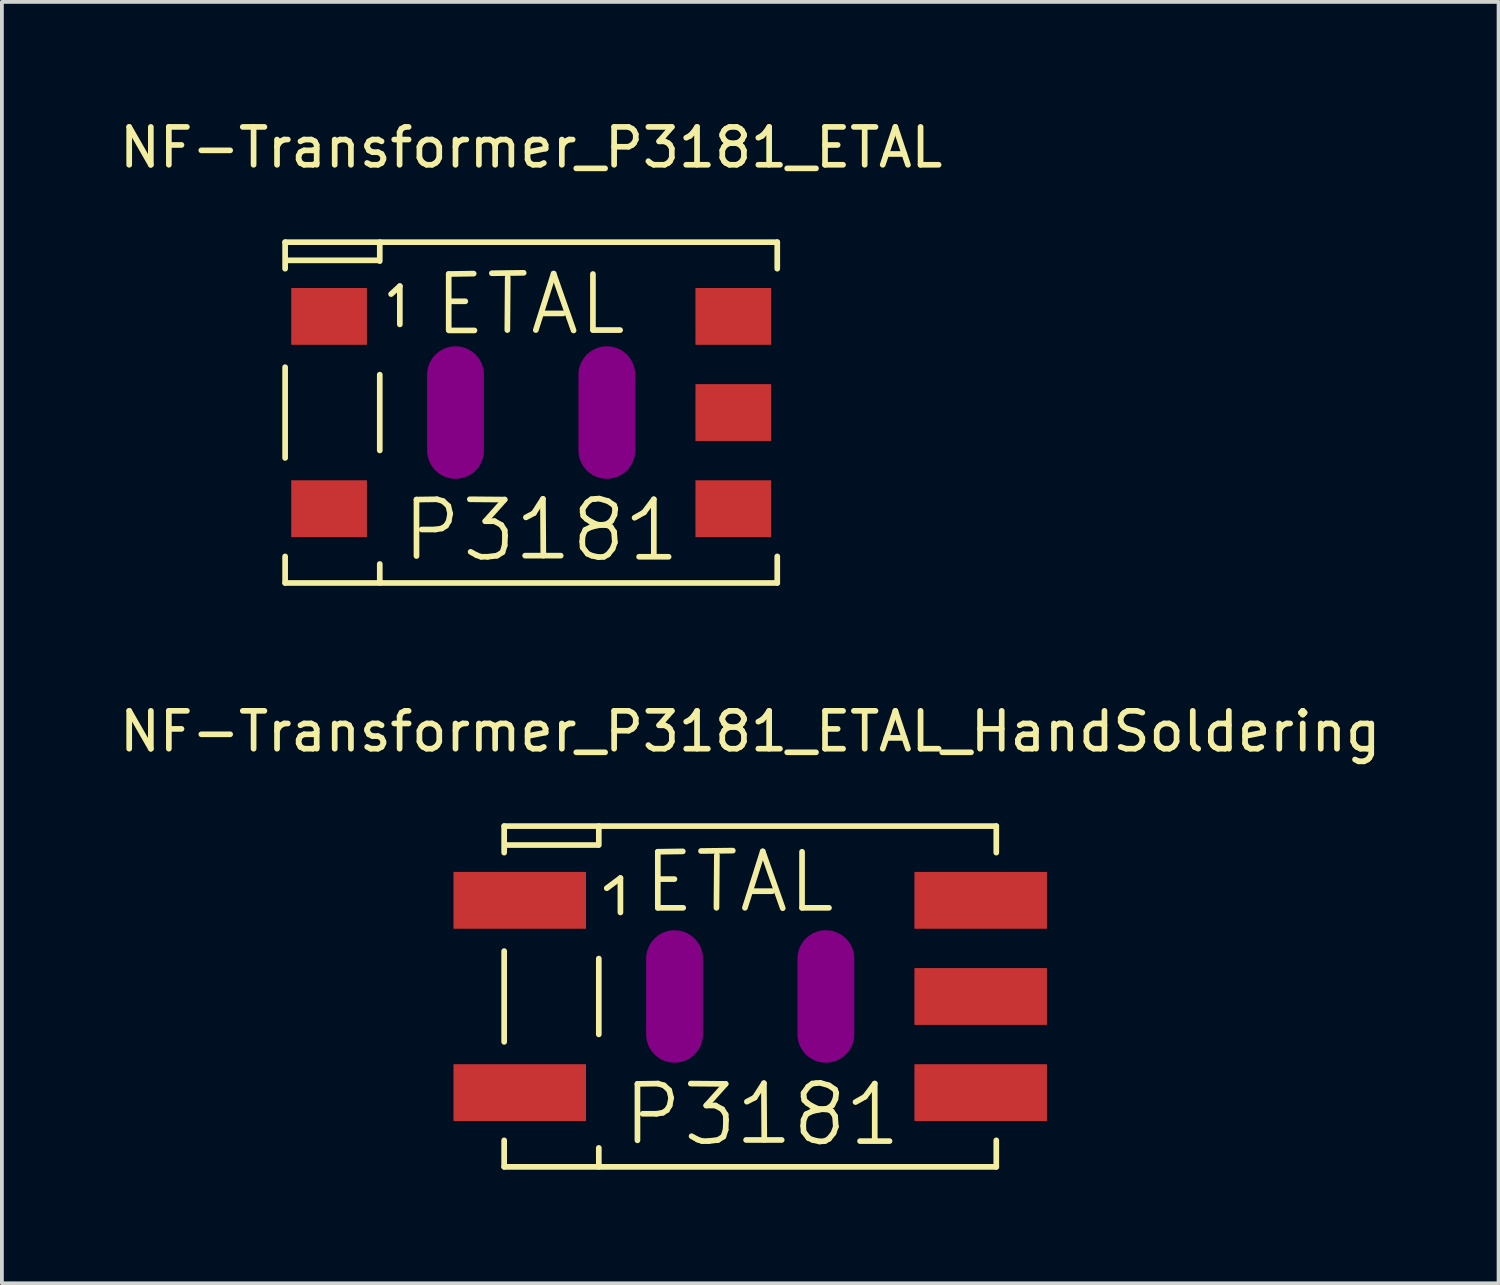
<source format=kicad_pcb>
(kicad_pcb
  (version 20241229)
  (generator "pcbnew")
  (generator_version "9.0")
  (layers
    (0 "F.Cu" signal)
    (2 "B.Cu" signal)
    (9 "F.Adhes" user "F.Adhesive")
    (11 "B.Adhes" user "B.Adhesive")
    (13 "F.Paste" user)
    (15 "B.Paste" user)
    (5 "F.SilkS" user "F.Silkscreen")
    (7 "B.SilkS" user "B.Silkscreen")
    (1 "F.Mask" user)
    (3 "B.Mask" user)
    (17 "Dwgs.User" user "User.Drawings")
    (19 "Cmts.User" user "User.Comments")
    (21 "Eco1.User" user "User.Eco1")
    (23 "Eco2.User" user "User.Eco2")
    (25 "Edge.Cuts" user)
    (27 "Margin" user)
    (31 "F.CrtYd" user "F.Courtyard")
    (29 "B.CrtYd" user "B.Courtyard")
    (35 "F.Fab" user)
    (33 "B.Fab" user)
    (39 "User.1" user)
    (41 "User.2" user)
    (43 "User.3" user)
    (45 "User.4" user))
  (footprint "NF-Transformer_P3181_ETAL_HandSoldering"
    (layer "F.Cu")
    (at 16.768 23.273)
    (property "Reference" "NF-Transformer_P3181_ETAL_HandSoldering" (at 0 -7 0) (layer "F.SilkS") (effects (font (size 1 1) (thickness 0.15))))
    (attr smd)
    (fp_line (start -6.5 -4.501) (end -6.5 -3.8) (stroke (width 0.15) (type solid)) (layer "F.SilkS"))
    (fp_line (start -6.5 -1.199) (end -6.5 1.199) (stroke (width 0.15) (type solid)) (layer "F.SilkS"))
    (fp_line (start -6.5 3.8) (end -6.5 4.501) (stroke (width 0.15) (type solid)) (layer "F.SilkS"))
    (fp_line (start -6.5 4.501) (end 6.5 4.501) (stroke (width 0.15) (type solid)) (layer "F.SilkS"))
    (fp_line (start -4.021 -4) (end -6.421 -4) (stroke (width 0.15) (type solid)) (layer "F.SilkS"))
    (fp_line (start -4 -4.501) (end -4 -4) (stroke (width 0.15) (type solid)) (layer "F.SilkS"))
    (fp_line (start -4 -1.001) (end -4 1.001) (stroke (width 0.15) (type solid)) (layer "F.SilkS"))
    (fp_line (start -4 4.501) (end -4 4) (stroke (width 0.15) (type solid)) (layer "F.SilkS"))
    (fp_line (start -3.79 -2.86) (end -3.429 -3.129) (stroke (width 0.15) (type solid)) (layer "F.SilkS"))
    (fp_line (start -3.429 -3.129) (end -3.429 -2.22) (stroke (width 0.15) (type solid)) (layer "F.SilkS"))
    (fp_line (start -2.979 2.309) (end -2.438 2.301) (stroke (width 0.15) (type solid)) (layer "F.SilkS"))
    (fp_line (start -2.979 3.8) (end -2.979 2.309) (stroke (width 0.15) (type solid)) (layer "F.SilkS"))
    (fp_line (start -2.479 3.099) (end -2.84 3.099) (stroke (width 0.15) (type solid)) (layer "F.SilkS"))
    (fp_line (start -2.441 -3.823) (end -2.441 -2.342) (stroke (width 0.15) (type solid)) (layer "F.SilkS"))
    (fp_line (start -2.441 -2.342) (end -1.77 -2.342) (stroke (width 0.15) (type solid)) (layer "F.SilkS"))
    (fp_line (start -2.438 2.301) (end -2.278 2.349) (stroke (width 0.15) (type solid)) (layer "F.SilkS"))
    (fp_line (start -2.41 -3.101) (end -2.002 -3.101) (stroke (width 0.15) (type solid)) (layer "F.SilkS"))
    (fp_line (start -2.309 3.071) (end -2.479 3.099) (stroke (width 0.15) (type solid)) (layer "F.SilkS"))
    (fp_line (start -2.278 2.349) (end -2.139 2.479) (stroke (width 0.15) (type solid)) (layer "F.SilkS"))
    (fp_line (start -2.2 3) (end -2.309 3.071) (stroke (width 0.15) (type solid)) (layer "F.SilkS"))
    (fp_line (start -2.139 2.479) (end -2.09 2.68) (stroke (width 0.15) (type solid)) (layer "F.SilkS"))
    (fp_line (start -2.129 2.88) (end -2.2 3) (stroke (width 0.15) (type solid)) (layer "F.SilkS"))
    (fp_line (start -2.09 2.68) (end -2.129 2.88) (stroke (width 0.15) (type solid)) (layer "F.SilkS"))
    (fp_line (start -1.781 -3.833) (end -2.441 -3.823) (stroke (width 0.15) (type solid)) (layer "F.SilkS"))
    (fp_line (start -1.57 2.301) (end -0.65 2.309) (stroke (width 0.15) (type solid)) (layer "F.SilkS"))
    (fp_line (start -1.389 3.78) (end -1.549 3.691) (stroke (width 0.15) (type solid)) (layer "F.SilkS"))
    (fp_line (start -1.3 -3.843) (end -0.46 -3.853) (stroke (width 0.15) (type solid)) (layer "F.SilkS"))
    (fp_line (start -1.27 3.82) (end -1.389 3.78) (stroke (width 0.15) (type solid)) (layer "F.SilkS"))
    (fp_line (start -1.161 2.88) (end -0.919 2.88) (stroke (width 0.15) (type solid)) (layer "F.SilkS"))
    (fp_line (start -1.1 3.82) (end -1.27 3.82) (stroke (width 0.15) (type solid)) (layer "F.SilkS"))
    (fp_line (start -0.919 2.88) (end -0.739 2.979) (stroke (width 0.15) (type solid)) (layer "F.SilkS"))
    (fp_line (start -0.892 -2.342) (end -0.881 -3.731) (stroke (width 0.15) (type solid)) (layer "F.SilkS"))
    (fp_line (start -0.851 3.79) (end -1.1 3.82) (stroke (width 0.15) (type solid)) (layer "F.SilkS"))
    (fp_line (start -0.739 2.979) (end -0.65 3.119) (stroke (width 0.15) (type solid)) (layer "F.SilkS"))
    (fp_line (start -0.709 3.701) (end -0.851 3.79) (stroke (width 0.15) (type solid)) (layer "F.SilkS"))
    (fp_line (start -0.65 2.309) (end -1.161 2.88) (stroke (width 0.15) (type solid)) (layer "F.SilkS"))
    (fp_line (start -0.65 3.119) (end -0.64 3.259) (stroke (width 0.15) (type solid)) (layer "F.SilkS"))
    (fp_line (start -0.65 3.52) (end -0.709 3.701) (stroke (width 0.15) (type solid)) (layer "F.SilkS"))
    (fp_line (start -0.64 3.259) (end -0.65 3.52) (stroke (width 0.15) (type solid)) (layer "F.SilkS"))
    (fp_line (start -0.14 -2.342) (end 0.33 -3.833) (stroke (width 0.15) (type solid)) (layer "F.SilkS"))
    (fp_line (start -0.109 3.79) (end 0.831 3.79) (stroke (width 0.15) (type solid)) (layer "F.SilkS"))
    (fp_line (start -0.089 2.779) (end 0.119 2.67) (stroke (width 0.15) (type solid)) (layer "F.SilkS"))
    (fp_line (start 0.038 -2.781) (end 0.579 -2.781) (stroke (width 0.15) (type solid)) (layer "F.SilkS"))
    (fp_line (start 0.119 2.67) (end 0.361 2.291) (stroke (width 0.15) (type solid)) (layer "F.SilkS"))
    (fp_line (start 0.33 -3.833) (end 0.859 -2.332) (stroke (width 0.15) (type solid)) (layer "F.SilkS"))
    (fp_line (start 0.361 2.291) (end 0.371 3.79) (stroke (width 0.15) (type solid)) (layer "F.SilkS"))
    (fp_line (start 1.369 -3.823) (end 1.369 -2.342) (stroke (width 0.15) (type solid)) (layer "F.SilkS"))
    (fp_line (start 1.369 -2.342) (end 2.08 -2.342) (stroke (width 0.15) (type solid)) (layer "F.SilkS"))
    (fp_line (start 1.4 3.419) (end 1.41 3.259) (stroke (width 0.15) (type solid)) (layer "F.SilkS"))
    (fp_line (start 1.41 2.55) (end 1.41 2.639) (stroke (width 0.15) (type solid)) (layer "F.SilkS"))
    (fp_line (start 1.41 2.639) (end 1.43 2.741) (stroke (width 0.15) (type solid)) (layer "F.SilkS"))
    (fp_line (start 1.41 3.259) (end 1.481 3.109) (stroke (width 0.15) (type solid)) (layer "F.SilkS"))
    (fp_line (start 1.41 3.571) (end 1.4 3.419) (stroke (width 0.15) (type solid)) (layer "F.SilkS"))
    (fp_line (start 1.43 2.741) (end 1.511 2.819) (stroke (width 0.15) (type solid)) (layer "F.SilkS"))
    (fp_line (start 1.481 3.109) (end 1.641 3.03) (stroke (width 0.15) (type solid)) (layer "F.SilkS"))
    (fp_line (start 1.511 2.819) (end 1.621 2.891) (stroke (width 0.15) (type solid)) (layer "F.SilkS"))
    (fp_line (start 1.532 2.38) (end 1.41 2.55) (stroke (width 0.15) (type solid)) (layer "F.SilkS"))
    (fp_line (start 1.539 3.739) (end 1.41 3.571) (stroke (width 0.15) (type solid)) (layer "F.SilkS"))
    (fp_line (start 1.621 2.891) (end 1.791 2.969) (stroke (width 0.15) (type solid)) (layer "F.SilkS"))
    (fp_line (start 1.641 2.301) (end 1.532 2.38) (stroke (width 0.15) (type solid)) (layer "F.SilkS"))
    (fp_line (start 1.641 3.03) (end 1.821 2.99) (stroke (width 0.15) (type solid)) (layer "F.SilkS"))
    (fp_line (start 1.651 3.79) (end 1.539 3.739) (stroke (width 0.15) (type solid)) (layer "F.SilkS"))
    (fp_line (start 1.74 2.291) (end 1.641 2.301) (stroke (width 0.15) (type solid)) (layer "F.SilkS"))
    (fp_line (start 1.791 2.969) (end 2.08 2.99) (stroke (width 0.15) (type solid)) (layer "F.SilkS"))
    (fp_line (start 1.821 2.99) (end 2.05 2.959) (stroke (width 0.15) (type solid)) (layer "F.SilkS"))
    (fp_line (start 1.831 3.83) (end 1.651 3.79) (stroke (width 0.15) (type solid)) (layer "F.SilkS"))
    (fp_line (start 1.849 2.281) (end 1.74 2.291) (stroke (width 0.15) (type solid)) (layer "F.SilkS"))
    (fp_line (start 1.971 3.82) (end 1.831 3.83) (stroke (width 0.15) (type solid)) (layer "F.SilkS"))
    (fp_line (start 2.05 2.959) (end 2.169 2.87) (stroke (width 0.15) (type solid)) (layer "F.SilkS"))
    (fp_line (start 2.08 2.349) (end 1.88 2.291) (stroke (width 0.15) (type solid)) (layer "F.SilkS"))
    (fp_line (start 2.08 2.99) (end 2.151 3.03) (stroke (width 0.15) (type solid)) (layer "F.SilkS"))
    (fp_line (start 2.08 3.759) (end 1.971 3.82) (stroke (width 0.15) (type solid)) (layer "F.SilkS"))
    (fp_line (start 2.151 3.03) (end 2.24 3.16) (stroke (width 0.15) (type solid)) (layer "F.SilkS"))
    (fp_line (start 2.169 2.87) (end 2.25 2.71) (stroke (width 0.15) (type solid)) (layer "F.SilkS"))
    (fp_line (start 2.2 3.609) (end 2.08 3.759) (stroke (width 0.15) (type solid)) (layer "F.SilkS"))
    (fp_line (start 2.24 2.459) (end 2.08 2.349) (stroke (width 0.15) (type solid)) (layer "F.SilkS"))
    (fp_line (start 2.24 3.16) (end 2.261 3.439) (stroke (width 0.15) (type solid)) (layer "F.SilkS"))
    (fp_line (start 2.25 2.71) (end 2.271 2.55) (stroke (width 0.15) (type solid)) (layer "F.SilkS"))
    (fp_line (start 2.261 3.439) (end 2.2 3.609) (stroke (width 0.15) (type solid)) (layer "F.SilkS"))
    (fp_line (start 2.271 2.55) (end 2.24 2.459) (stroke (width 0.15) (type solid)) (layer "F.SilkS"))
    (fp_line (start 2.781 2.789) (end 3.03 2.649) (stroke (width 0.15) (type solid)) (layer "F.SilkS"))
    (fp_line (start 2.901 3.82) (end 3.68 3.82) (stroke (width 0.15) (type solid)) (layer "F.SilkS"))
    (fp_line (start 3.03 2.649) (end 3.289 2.301) (stroke (width 0.15) (type solid)) (layer "F.SilkS"))
    (fp_line (start 3.289 2.301) (end 3.289 3.79) (stroke (width 0.15) (type solid)) (layer "F.SilkS"))
    (fp_line (start 6.5 -4.501) (end -6.5 -4.501) (stroke (width 0.15) (type solid)) (layer "F.SilkS"))
    (fp_line (start 6.5 -4.501) (end 6.5 -3.8) (stroke (width 0.15) (type solid)) (layer "F.SilkS"))
    (fp_line (start 6.5 3.8) (end 6.5 4.501) (stroke (width 0.15) (type solid)) (layer "F.SilkS"))
    (pad "" smd oval (at -1.999 0 90) (size 3.5 1.501) (layers "F.Adhes"))
    (pad "" smd oval (at 1.999 0 90) (size 3.5 1.501) (layers "F.Adhes"))
    (pad "1" smd rect (at -6.088 -2.54) (size 3.5 1.501) (layers "F.Cu" "F.Mask" "F.Paste"))
    (pad "2" smd rect (at -6.088 2.54) (size 3.5 1.501) (layers "F.Cu" "F.Mask" "F.Paste"))
    (pad "3" smd rect (at 6.088 2.54) (size 3.5 1.501) (layers "F.Cu" "F.Mask" "F.Paste"))
    (pad "4" smd rect (at 6.088 0) (size 3.5 1.501) (layers "F.Cu" "F.Mask" "F.Paste"))
    (pad "5" smd rect (at 6.088 -2.54) (size 3.5 1.501) (layers "F.Cu" "F.Mask" "F.Paste")))
  (footprint "NF-Transformer_P3181_ETAL"
    (layer "F.Cu")
    (at 10.982 7.848)
    (property "Reference" "NF-Transformer_P3181_ETAL" (at 0 -7 0) (layer "F.SilkS") (effects (font (size 1 1) (thickness 0.15))))
    (attr smd)
    (fp_line (start -6.5 -4.501) (end -6.5 -3.8) (stroke (width 0.15) (type solid)) (layer "F.SilkS"))
    (fp_line (start -6.5 -1.199) (end -6.5 1.199) (stroke (width 0.15) (type solid)) (layer "F.SilkS"))
    (fp_line (start -6.5 3.8) (end -6.5 4.501) (stroke (width 0.15) (type solid)) (layer "F.SilkS"))
    (fp_line (start -6.5 4.501) (end 6.5 4.501) (stroke (width 0.15) (type solid)) (layer "F.SilkS"))
    (fp_line (start -4.021 -4.021) (end -6.459 -4.021) (stroke (width 0.15) (type solid)) (layer "F.SilkS"))
    (fp_line (start -4 -4.501) (end -4 -4) (stroke (width 0.15) (type solid)) (layer "F.SilkS"))
    (fp_line (start -4 -1.001) (end -4 1.001) (stroke (width 0.15) (type solid)) (layer "F.SilkS"))
    (fp_line (start -4 4.501) (end -4 4) (stroke (width 0.15) (type solid)) (layer "F.SilkS"))
    (fp_line (start -3.701 -3.129) (end -3.47 -3.34) (stroke (width 0.15) (type solid)) (layer "F.SilkS"))
    (fp_line (start -3.47 -3.34) (end -3.47 -2.329) (stroke (width 0.15) (type solid)) (layer "F.SilkS"))
    (fp_line (start -3.03 2.299) (end -2.489 2.291) (stroke (width 0.15) (type solid)) (layer "F.SilkS"))
    (fp_line (start -3.03 3.79) (end -3.03 2.299) (stroke (width 0.15) (type solid)) (layer "F.SilkS"))
    (fp_line (start -2.53 3.089) (end -2.891 3.089) (stroke (width 0.15) (type solid)) (layer "F.SilkS"))
    (fp_line (start -2.489 2.291) (end -2.329 2.339) (stroke (width 0.15) (type solid)) (layer "F.SilkS"))
    (fp_line (start -2.36 3.061) (end -2.53 3.089) (stroke (width 0.15) (type solid)) (layer "F.SilkS"))
    (fp_line (start -2.329 2.339) (end -2.189 2.469) (stroke (width 0.15) (type solid)) (layer "F.SilkS"))
    (fp_line (start -2.25 2.99) (end -2.36 3.061) (stroke (width 0.15) (type solid)) (layer "F.SilkS"))
    (fp_line (start -2.189 2.469) (end -2.141 2.67) (stroke (width 0.15) (type solid)) (layer "F.SilkS"))
    (fp_line (start -2.179 -3.66) (end -2.179 -2.179) (stroke (width 0.15) (type solid)) (layer "F.SilkS"))
    (fp_line (start -2.179 2.87) (end -2.25 2.99) (stroke (width 0.15) (type solid)) (layer "F.SilkS"))
    (fp_line (start -2.169 -2.169) (end -1.499 -2.169) (stroke (width 0.15) (type solid)) (layer "F.SilkS"))
    (fp_line (start -2.149 -2.939) (end -1.74 -2.939) (stroke (width 0.15) (type solid)) (layer "F.SilkS"))
    (fp_line (start -2.141 2.67) (end -2.179 2.87) (stroke (width 0.15) (type solid)) (layer "F.SilkS"))
    (fp_line (start -1.621 2.291) (end -0.701 2.299) (stroke (width 0.15) (type solid)) (layer "F.SilkS"))
    (fp_line (start -1.519 -3.67) (end -2.179 -3.66) (stroke (width 0.15) (type solid)) (layer "F.SilkS"))
    (fp_line (start -1.44 3.769) (end -1.6 3.68) (stroke (width 0.15) (type solid)) (layer "F.SilkS"))
    (fp_line (start -1.321 3.81) (end -1.44 3.769) (stroke (width 0.15) (type solid)) (layer "F.SilkS"))
    (fp_line (start -1.212 2.87) (end -0.97 2.87) (stroke (width 0.15) (type solid)) (layer "F.SilkS"))
    (fp_line (start -1.151 3.81) (end -1.321 3.81) (stroke (width 0.15) (type solid)) (layer "F.SilkS"))
    (fp_line (start -1.039 -3.68) (end -0.198 -3.691) (stroke (width 0.15) (type solid)) (layer "F.SilkS"))
    (fp_line (start -0.97 2.87) (end -0.79 2.969) (stroke (width 0.15) (type solid)) (layer "F.SilkS"))
    (fp_line (start -0.902 3.78) (end -1.151 3.81) (stroke (width 0.15) (type solid)) (layer "F.SilkS"))
    (fp_line (start -0.79 2.969) (end -0.701 3.109) (stroke (width 0.15) (type solid)) (layer "F.SilkS"))
    (fp_line (start -0.759 3.691) (end -0.902 3.78) (stroke (width 0.15) (type solid)) (layer "F.SilkS"))
    (fp_line (start -0.701 2.299) (end -1.212 2.87) (stroke (width 0.15) (type solid)) (layer "F.SilkS"))
    (fp_line (start -0.701 3.109) (end -0.691 3.249) (stroke (width 0.15) (type solid)) (layer "F.SilkS"))
    (fp_line (start -0.701 3.51) (end -0.759 3.691) (stroke (width 0.15) (type solid)) (layer "F.SilkS"))
    (fp_line (start -0.691 3.249) (end -0.701 3.51) (stroke (width 0.15) (type solid)) (layer "F.SilkS"))
    (fp_line (start -0.63 -2.179) (end -0.62 -3.569) (stroke (width 0.15) (type solid)) (layer "F.SilkS"))
    (fp_line (start -0.16 3.78) (end 0.78 3.78) (stroke (width 0.15) (type solid)) (layer "F.SilkS"))
    (fp_line (start -0.14 2.769) (end 0.069 2.659) (stroke (width 0.15) (type solid)) (layer "F.SilkS"))
    (fp_line (start 0.069 2.659) (end 0.31 2.281) (stroke (width 0.15) (type solid)) (layer "F.SilkS"))
    (fp_line (start 0.122 -2.179) (end 0.592 -3.67) (stroke (width 0.15) (type solid)) (layer "F.SilkS"))
    (fp_line (start 0.3 -2.619) (end 0.841 -2.619) (stroke (width 0.15) (type solid)) (layer "F.SilkS"))
    (fp_line (start 0.31 2.281) (end 0.32 3.78) (stroke (width 0.15) (type solid)) (layer "F.SilkS"))
    (fp_line (start 0.592 -3.67) (end 1.12 -2.169) (stroke (width 0.15) (type solid)) (layer "F.SilkS"))
    (fp_line (start 1.349 3.409) (end 1.359 3.249) (stroke (width 0.15) (type solid)) (layer "F.SilkS"))
    (fp_line (start 1.359 2.54) (end 1.359 2.629) (stroke (width 0.15) (type solid)) (layer "F.SilkS"))
    (fp_line (start 1.359 2.629) (end 1.379 2.731) (stroke (width 0.15) (type solid)) (layer "F.SilkS"))
    (fp_line (start 1.359 3.249) (end 1.43 3.099) (stroke (width 0.15) (type solid)) (layer "F.SilkS"))
    (fp_line (start 1.359 3.561) (end 1.349 3.409) (stroke (width 0.15) (type solid)) (layer "F.SilkS"))
    (fp_line (start 1.379 2.731) (end 1.46 2.809) (stroke (width 0.15) (type solid)) (layer "F.SilkS"))
    (fp_line (start 1.43 3.099) (end 1.59 3.02) (stroke (width 0.15) (type solid)) (layer "F.SilkS"))
    (fp_line (start 1.46 2.809) (end 1.57 2.88) (stroke (width 0.15) (type solid)) (layer "F.SilkS"))
    (fp_line (start 1.481 2.37) (end 1.359 2.54) (stroke (width 0.15) (type solid)) (layer "F.SilkS"))
    (fp_line (start 1.488 3.729) (end 1.359 3.561) (stroke (width 0.15) (type solid)) (layer "F.SilkS"))
    (fp_line (start 1.57 2.88) (end 1.74 2.959) (stroke (width 0.15) (type solid)) (layer "F.SilkS"))
    (fp_line (start 1.59 2.291) (end 1.481 2.37) (stroke (width 0.15) (type solid)) (layer "F.SilkS"))
    (fp_line (start 1.59 3.02) (end 1.77 2.979) (stroke (width 0.15) (type solid)) (layer "F.SilkS"))
    (fp_line (start 1.6 3.78) (end 1.488 3.729) (stroke (width 0.15) (type solid)) (layer "F.SilkS"))
    (fp_line (start 1.631 -3.66) (end 1.631 -2.179) (stroke (width 0.15) (type solid)) (layer "F.SilkS"))
    (fp_line (start 1.638 -2.179) (end 2.349 -2.179) (stroke (width 0.15) (type solid)) (layer "F.SilkS"))
    (fp_line (start 1.689 2.281) (end 1.59 2.291) (stroke (width 0.15) (type solid)) (layer "F.SilkS"))
    (fp_line (start 1.74 2.959) (end 2.029 2.979) (stroke (width 0.15) (type solid)) (layer "F.SilkS"))
    (fp_line (start 1.77 2.979) (end 1.999 2.949) (stroke (width 0.15) (type solid)) (layer "F.SilkS"))
    (fp_line (start 1.781 3.82) (end 1.6 3.78) (stroke (width 0.15) (type solid)) (layer "F.SilkS"))
    (fp_line (start 1.798 2.271) (end 1.689 2.281) (stroke (width 0.15) (type solid)) (layer "F.SilkS"))
    (fp_line (start 1.92 3.81) (end 1.781 3.82) (stroke (width 0.15) (type solid)) (layer "F.SilkS"))
    (fp_line (start 1.999 2.949) (end 2.118 2.86) (stroke (width 0.15) (type solid)) (layer "F.SilkS"))
    (fp_line (start 2.029 2.339) (end 1.829 2.281) (stroke (width 0.15) (type solid)) (layer "F.SilkS"))
    (fp_line (start 2.029 2.979) (end 2.101 3.02) (stroke (width 0.15) (type solid)) (layer "F.SilkS"))
    (fp_line (start 2.029 3.749) (end 1.92 3.81) (stroke (width 0.15) (type solid)) (layer "F.SilkS"))
    (fp_line (start 2.101 3.02) (end 2.189 3.15) (stroke (width 0.15) (type solid)) (layer "F.SilkS"))
    (fp_line (start 2.118 2.86) (end 2.2 2.7) (stroke (width 0.15) (type solid)) (layer "F.SilkS"))
    (fp_line (start 2.149 3.599) (end 2.029 3.749) (stroke (width 0.15) (type solid)) (layer "F.SilkS"))
    (fp_line (start 2.189 2.449) (end 2.029 2.339) (stroke (width 0.15) (type solid)) (layer "F.SilkS"))
    (fp_line (start 2.189 3.15) (end 2.21 3.429) (stroke (width 0.15) (type solid)) (layer "F.SilkS"))
    (fp_line (start 2.2 2.7) (end 2.22 2.54) (stroke (width 0.15) (type solid)) (layer "F.SilkS"))
    (fp_line (start 2.21 3.429) (end 2.149 3.599) (stroke (width 0.15) (type solid)) (layer "F.SilkS"))
    (fp_line (start 2.22 2.54) (end 2.189 2.449) (stroke (width 0.15) (type solid)) (layer "F.SilkS"))
    (fp_line (start 2.731 2.779) (end 2.979 2.639) (stroke (width 0.15) (type solid)) (layer "F.SilkS"))
    (fp_line (start 2.85 3.81) (end 3.63 3.81) (stroke (width 0.15) (type solid)) (layer "F.SilkS"))
    (fp_line (start 2.979 2.639) (end 3.239 2.291) (stroke (width 0.15) (type solid)) (layer "F.SilkS"))
    (fp_line (start 3.239 2.291) (end 3.239 3.78) (stroke (width 0.15) (type solid)) (layer "F.SilkS"))
    (fp_line (start 6.5 -4.501) (end -6.5 -4.501) (stroke (width 0.15) (type solid)) (layer "F.SilkS"))
    (fp_line (start 6.5 -4.501) (end 6.5 -3.8) (stroke (width 0.15) (type solid)) (layer "F.SilkS"))
    (fp_line (start 6.5 3.8) (end 6.5 4.501) (stroke (width 0.15) (type solid)) (layer "F.SilkS"))
    (pad "" smd oval (at -1.999 0 90) (size 3.5 1.501) (layers "F.Adhes"))
    (pad "" smd oval (at 1.999 0 90) (size 3.5 1.501) (layers "F.Adhes"))
    (pad "1" smd rect (at -5.339 -2.54) (size 1.999 1.501) (layers "F.Cu" "F.Mask" "F.Paste"))
    (pad "2" smd rect (at -5.339 2.54) (size 1.999 1.501) (layers "F.Cu" "F.Mask" "F.Paste"))
    (pad "3" smd rect (at 5.339 2.54) (size 1.999 1.501) (layers "F.Cu" "F.Mask" "F.Paste"))
    (pad "4" smd rect (at 5.339 0) (size 1.999 1.501) (layers "F.Cu" "F.Mask" "F.Paste"))
    (pad "5" smd rect (at 5.339 -2.54) (size 1.999 1.501) (layers "F.Cu" "F.Mask" "F.Paste")))
  (gr_rect
    (start -3 -3)
    (end 36.536 30.849)
    (stroke (width 0.1) (type default))
    (fill no)
    (layer "Edge.Cuts")))
</source>
